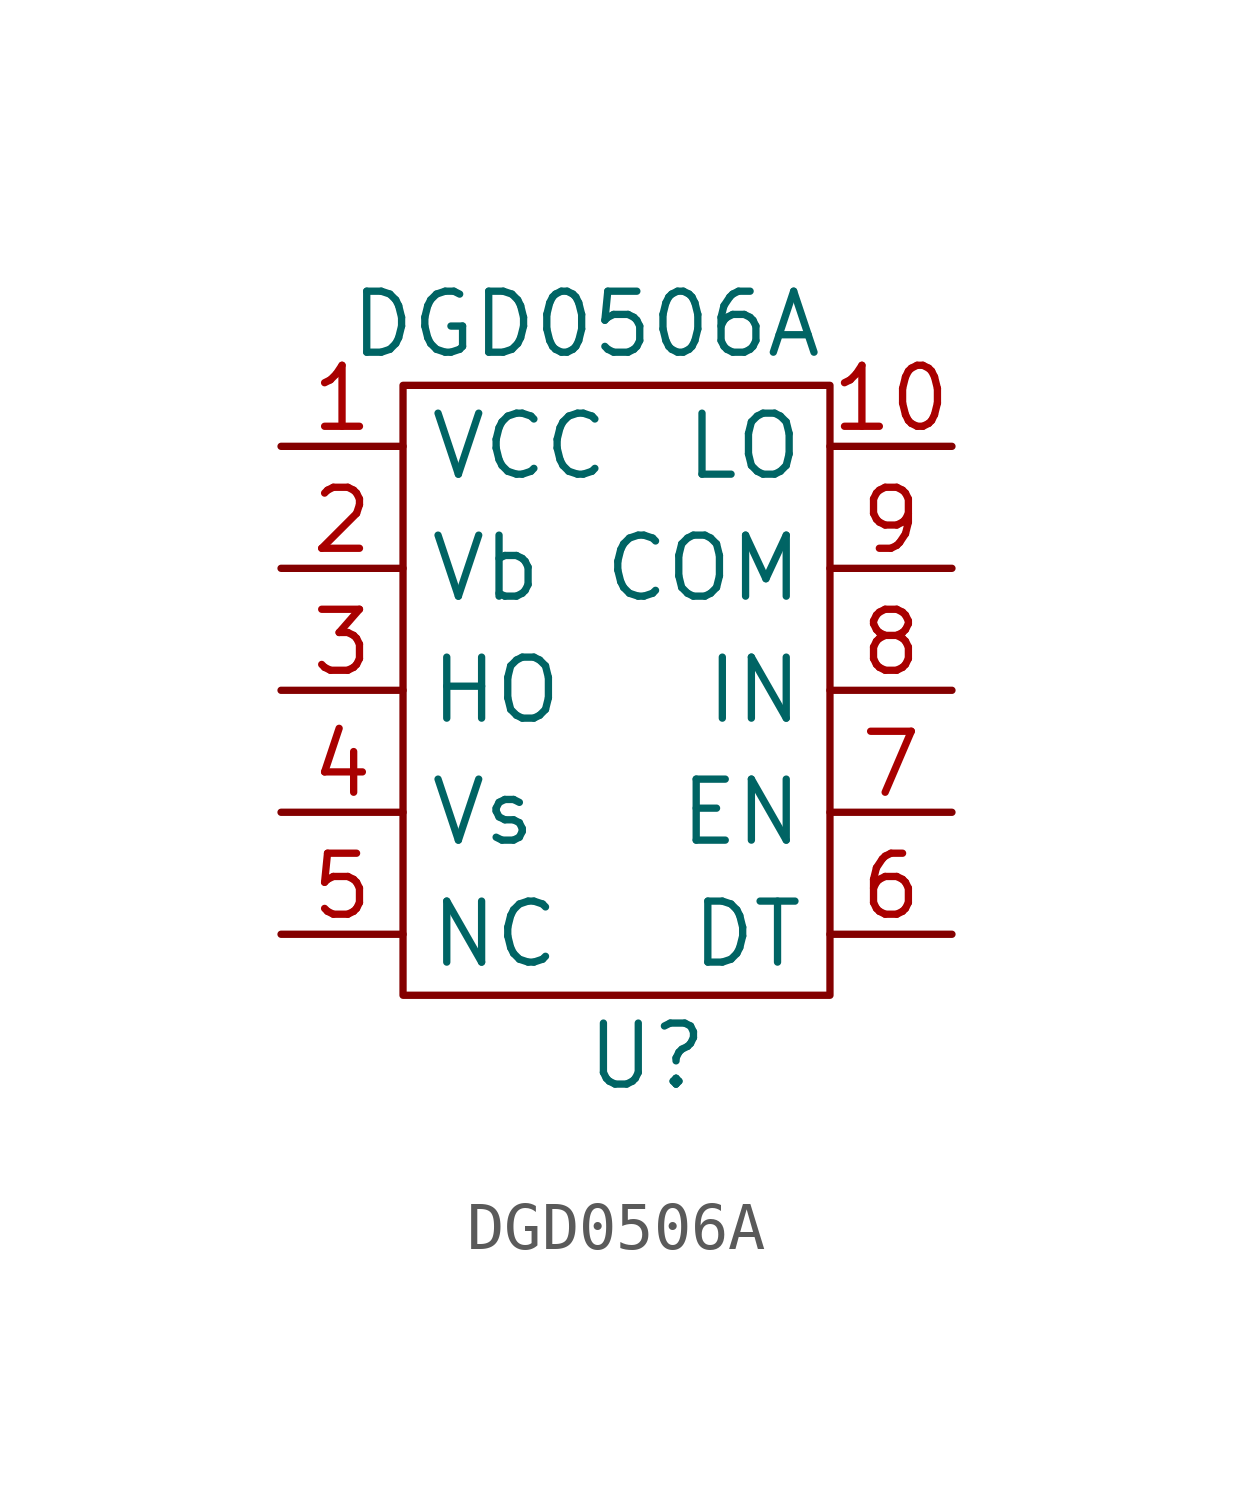
<source format=kicad_sym>
(kicad_symbol_lib
  (version 20211014)
  (generator kicad_symbol_editor)
  (symbol "DGD0506A"
    (property "Reference" "U"
      (at 1.27 -7.62 0)
      (effects (font (size 1.27 1.27))))
    (property "Value" "DGD0506A"
      (at 0 7.62 0)
      (effects (font (size 1.27 1.27))))
    (symbol "DGD0506A_0_1"
      (rectangle (start 5.08 -6.35) (end -3.81 6.35) (stroke (width 0.152) (type default) (color 0 0 0 0)) (fill (type none))))
    (symbol "DGD0506A_1_1"
      (pin passive line (at -6.35 5.08 0) (length 2.54) (name "VCC" (effects (font (size 1.27 1.27)))) (number "1" (effects (font (size 1.27 1.27)))))
      (pin passive line (at 7.62 5.08 180) (length 2.54) (name "LO" (effects (font (size 1.27 1.27)))) (number "10" (effects (font (size 1.27 1.27)))))
      (pin passive line (at -6.35 2.54 0) (length 2.54) (name "Vb" (effects (font (size 1.27 1.27)))) (number "2" (effects (font (size 1.27 1.27)))))
      (pin passive line (at -6.35 0 0) (length 2.54) (name "HO" (effects (font (size 1.27 1.27)))) (number "3" (effects (font (size 1.27 1.27)))))
      (pin passive line (at -6.35 -2.54 0) (length 2.54) (name "Vs" (effects (font (size 1.27 1.27)))) (number "4" (effects (font (size 1.27 1.27)))))
      (pin passive line (at -6.35 -5.08 0) (length 2.54) (name "NC" (effects (font (size 1.27 1.27)))) (number "5" (effects (font (size 1.27 1.27)))))
      (pin passive line (at 7.62 -5.08 180) (length 2.54) (name "DT" (effects (font (size 1.27 1.27)))) (number "6" (effects (font (size 1.27 1.27)))))
      (pin passive line (at 7.62 -2.54 180) (length 2.54) (name "EN" (effects (font (size 1.27 1.27)))) (number "7" (effects (font (size 1.27 1.27)))))
      (pin passive line (at 7.62 0 180) (length 2.54) (name "IN" (effects (font (size 1.27 1.27)))) (number "8" (effects (font (size 1.27 1.27)))))
      (pin passive line (at 7.62 2.54 180) (length 2.54) (name "COM" (effects (font (size 1.27 1.27)))) (number "9" (effects (font (size 1.27 1.27))))))))
</source>
